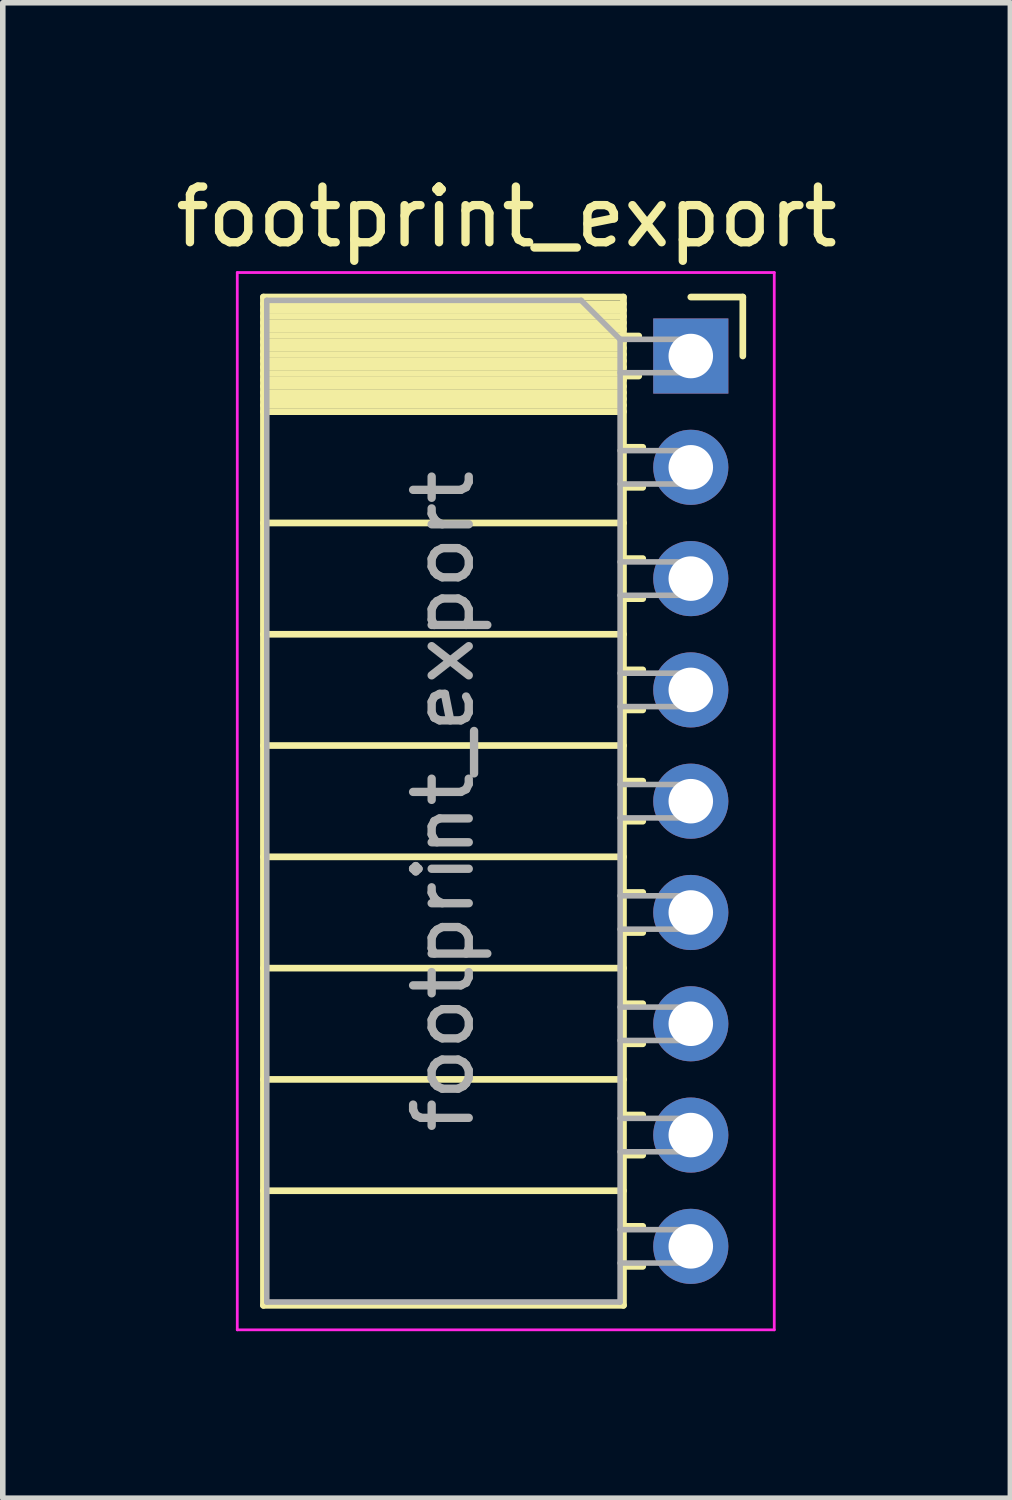
<source format=kicad_pcb>
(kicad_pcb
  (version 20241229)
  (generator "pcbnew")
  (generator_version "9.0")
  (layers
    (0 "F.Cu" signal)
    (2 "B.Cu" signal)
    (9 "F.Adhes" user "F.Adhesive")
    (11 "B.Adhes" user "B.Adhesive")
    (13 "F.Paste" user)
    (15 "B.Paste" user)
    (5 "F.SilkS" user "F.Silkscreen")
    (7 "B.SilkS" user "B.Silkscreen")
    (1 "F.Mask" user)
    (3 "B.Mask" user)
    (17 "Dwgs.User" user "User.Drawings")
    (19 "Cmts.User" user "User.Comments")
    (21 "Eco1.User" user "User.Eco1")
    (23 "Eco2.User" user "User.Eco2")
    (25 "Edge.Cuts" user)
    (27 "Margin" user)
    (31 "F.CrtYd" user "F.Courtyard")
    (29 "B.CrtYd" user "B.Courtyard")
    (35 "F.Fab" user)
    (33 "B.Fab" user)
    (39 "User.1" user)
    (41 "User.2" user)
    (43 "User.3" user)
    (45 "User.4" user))
  (footprint "footprint_export"
    (layer "F.Cu")
    (at 9.364 3.348)
    (property "Reference" "footprint_export" (at -3.31 -2.5 0) (layer "F.SilkS") (effects (font (size 1 1) (thickness 0.15))))
    (attr through_hole)
    (fp_line (start -7.68 -1.06) (end -7.68 17.06) (stroke (width 0.12) (type solid)) (layer "F.SilkS"))
    (fp_line (start -7.68 -1.06) (end -1.21 -1.06) (stroke (width 0.12) (type solid)) (layer "F.SilkS"))
    (fp_line (start -7.68 -0.94) (end -1.21 -0.94) (stroke (width 0.12) (type solid)) (layer "F.SilkS"))
    (fp_line (start -7.68 -0.826) (end -1.21 -0.826) (stroke (width 0.12) (type solid)) (layer "F.SilkS"))
    (fp_line (start -7.68 -0.712) (end -1.21 -0.712) (stroke (width 0.12) (type solid)) (layer "F.SilkS"))
    (fp_line (start -7.68 -0.598) (end -1.21 -0.598) (stroke (width 0.12) (type solid)) (layer "F.SilkS"))
    (fp_line (start -7.68 -0.484) (end -1.21 -0.484) (stroke (width 0.12) (type solid)) (layer "F.SilkS"))
    (fp_line (start -7.68 -0.369) (end -1.21 -0.369) (stroke (width 0.12) (type solid)) (layer "F.SilkS"))
    (fp_line (start -7.68 -0.255) (end -1.21 -0.255) (stroke (width 0.12) (type solid)) (layer "F.SilkS"))
    (fp_line (start -7.68 -0.141) (end -1.21 -0.141) (stroke (width 0.12) (type solid)) (layer "F.SilkS"))
    (fp_line (start -7.68 -0.027) (end -1.21 -0.027) (stroke (width 0.12) (type solid)) (layer "F.SilkS"))
    (fp_line (start -7.68 0.087) (end -1.21 0.087) (stroke (width 0.12) (type solid)) (layer "F.SilkS"))
    (fp_line (start -7.68 0.201) (end -1.21 0.201) (stroke (width 0.12) (type solid)) (layer "F.SilkS"))
    (fp_line (start -7.68 0.315) (end -1.21 0.315) (stroke (width 0.12) (type solid)) (layer "F.SilkS"))
    (fp_line (start -7.68 0.429) (end -1.21 0.429) (stroke (width 0.12) (type solid)) (layer "F.SilkS"))
    (fp_line (start -7.68 0.544) (end -1.21 0.544) (stroke (width 0.12) (type solid)) (layer "F.SilkS"))
    (fp_line (start -7.68 0.658) (end -1.21 0.658) (stroke (width 0.12) (type solid)) (layer "F.SilkS"))
    (fp_line (start -7.68 0.772) (end -1.21 0.772) (stroke (width 0.12) (type solid)) (layer "F.SilkS"))
    (fp_line (start -7.68 0.886) (end -1.21 0.886) (stroke (width 0.12) (type solid)) (layer "F.SilkS"))
    (fp_line (start -7.68 1) (end -1.21 1) (stroke (width 0.12) (type solid)) (layer "F.SilkS"))
    (fp_line (start -7.68 3) (end -1.21 3) (stroke (width 0.12) (type solid)) (layer "F.SilkS"))
    (fp_line (start -7.68 5) (end -1.21 5) (stroke (width 0.12) (type solid)) (layer "F.SilkS"))
    (fp_line (start -7.68 7) (end -1.21 7) (stroke (width 0.12) (type solid)) (layer "F.SilkS"))
    (fp_line (start -7.68 9) (end -1.21 9) (stroke (width 0.12) (type solid)) (layer "F.SilkS"))
    (fp_line (start -7.68 11) (end -1.21 11) (stroke (width 0.12) (type solid)) (layer "F.SilkS"))
    (fp_line (start -7.68 13) (end -1.21 13) (stroke (width 0.12) (type solid)) (layer "F.SilkS"))
    (fp_line (start -7.68 15) (end -1.21 15) (stroke (width 0.12) (type solid)) (layer "F.SilkS"))
    (fp_line (start -7.68 17.06) (end -1.21 17.06) (stroke (width 0.12) (type solid)) (layer "F.SilkS"))
    (fp_line (start -1.21 -1.06) (end -1.21 17.06) (stroke (width 0.12) (type solid)) (layer "F.SilkS"))
    (fp_line (start -1.21 -0.36) (end -0.935 -0.36) (stroke (width 0.12) (type solid)) (layer "F.SilkS"))
    (fp_line (start -1.21 0.36) (end -0.935 0.36) (stroke (width 0.12) (type solid)) (layer "F.SilkS"))
    (fp_line (start -1.21 1.64) (end -0.863 1.64) (stroke (width 0.12) (type solid)) (layer "F.SilkS"))
    (fp_line (start -1.21 2.36) (end -0.863 2.36) (stroke (width 0.12) (type solid)) (layer "F.SilkS"))
    (fp_line (start -1.21 3.64) (end -0.863 3.64) (stroke (width 0.12) (type solid)) (layer "F.SilkS"))
    (fp_line (start -1.21 4.36) (end -0.863 4.36) (stroke (width 0.12) (type solid)) (layer "F.SilkS"))
    (fp_line (start -1.21 5.64) (end -0.863 5.64) (stroke (width 0.12) (type solid)) (layer "F.SilkS"))
    (fp_line (start -1.21 6.36) (end -0.863 6.36) (stroke (width 0.12) (type solid)) (layer "F.SilkS"))
    (fp_line (start -1.21 7.64) (end -0.863 7.64) (stroke (width 0.12) (type solid)) (layer "F.SilkS"))
    (fp_line (start -1.21 8.36) (end -0.863 8.36) (stroke (width 0.12) (type solid)) (layer "F.SilkS"))
    (fp_line (start -1.21 9.64) (end -0.863 9.64) (stroke (width 0.12) (type solid)) (layer "F.SilkS"))
    (fp_line (start -1.21 10.36) (end -0.863 10.36) (stroke (width 0.12) (type solid)) (layer "F.SilkS"))
    (fp_line (start -1.21 11.64) (end -0.863 11.64) (stroke (width 0.12) (type solid)) (layer "F.SilkS"))
    (fp_line (start -1.21 12.36) (end -0.863 12.36) (stroke (width 0.12) (type solid)) (layer "F.SilkS"))
    (fp_line (start -1.21 13.64) (end -0.863 13.64) (stroke (width 0.12) (type solid)) (layer "F.SilkS"))
    (fp_line (start -1.21 14.36) (end -0.863 14.36) (stroke (width 0.12) (type solid)) (layer "F.SilkS"))
    (fp_line (start -1.21 15.64) (end -0.863 15.64) (stroke (width 0.12) (type solid)) (layer "F.SilkS"))
    (fp_line (start -1.21 16.36) (end -0.863 16.36) (stroke (width 0.12) (type solid)) (layer "F.SilkS"))
    (fp_line (start 0 -1.06) (end 0.935 -1.06) (stroke (width 0.12) (type solid)) (layer "F.SilkS"))
    (fp_line (start 0.935 -1.06) (end 0.935 0) (stroke (width 0.12) (type solid)) (layer "F.SilkS"))
    (fp_line (start -8.15 -1.5) (end -8.15 17.5) (stroke (width 0.05) (type solid)) (layer "F.CrtYd"))
    (fp_line (start -8.15 17.5) (end 1.5 17.5) (stroke (width 0.05) (type solid)) (layer "F.CrtYd"))
    (fp_line (start 1.5 -1.5) (end -8.15 -1.5) (stroke (width 0.05) (type solid)) (layer "F.CrtYd"))
    (fp_line (start 1.5 17.5) (end 1.5 -1.5) (stroke (width 0.05) (type solid)) (layer "F.CrtYd"))
    (fp_line (start -7.62 -1) (end -1.97 -1) (stroke (width 0.1) (type solid)) (layer "F.Fab"))
    (fp_line (start -7.62 17) (end -7.62 -1) (stroke (width 0.1) (type solid)) (layer "F.Fab"))
    (fp_line (start -1.97 -1) (end -1.27 -0.3) (stroke (width 0.1) (type solid)) (layer "F.Fab"))
    (fp_line (start -1.27 -0.3) (end -1.27 17) (stroke (width 0.1) (type solid)) (layer "F.Fab"))
    (fp_line (start -1.27 0.3) (end 0 0.3) (stroke (width 0.1) (type solid)) (layer "F.Fab"))
    (fp_line (start -1.27 2.3) (end 0 2.3) (stroke (width 0.1) (type solid)) (layer "F.Fab"))
    (fp_line (start -1.27 4.3) (end 0 4.3) (stroke (width 0.1) (type solid)) (layer "F.Fab"))
    (fp_line (start -1.27 6.3) (end 0 6.3) (stroke (width 0.1) (type solid)) (layer "F.Fab"))
    (fp_line (start -1.27 8.3) (end 0 8.3) (stroke (width 0.1) (type solid)) (layer "F.Fab"))
    (fp_line (start -1.27 10.3) (end 0 10.3) (stroke (width 0.1) (type solid)) (layer "F.Fab"))
    (fp_line (start -1.27 12.3) (end 0 12.3) (stroke (width 0.1) (type solid)) (layer "F.Fab"))
    (fp_line (start -1.27 14.3) (end 0 14.3) (stroke (width 0.1) (type solid)) (layer "F.Fab"))
    (fp_line (start -1.27 16.3) (end 0 16.3) (stroke (width 0.1) (type solid)) (layer "F.Fab"))
    (fp_line (start -1.27 17) (end -7.62 17) (stroke (width 0.1) (type solid)) (layer "F.Fab"))
    (fp_line (start 0 -0.3) (end -1.27 -0.3) (stroke (width 0.1) (type solid)) (layer "F.Fab"))
    (fp_line (start 0 0.3) (end 0 -0.3) (stroke (width 0.1) (type solid)) (layer "F.Fab"))
    (fp_line (start 0 1.7) (end -1.27 1.7) (stroke (width 0.1) (type solid)) (layer "F.Fab"))
    (fp_line (start 0 2.3) (end 0 1.7) (stroke (width 0.1) (type solid)) (layer "F.Fab"))
    (fp_line (start 0 3.7) (end -1.27 3.7) (stroke (width 0.1) (type solid)) (layer "F.Fab"))
    (fp_line (start 0 4.3) (end 0 3.7) (stroke (width 0.1) (type solid)) (layer "F.Fab"))
    (fp_line (start 0 5.7) (end -1.27 5.7) (stroke (width 0.1) (type solid)) (layer "F.Fab"))
    (fp_line (start 0 6.3) (end 0 5.7) (stroke (width 0.1) (type solid)) (layer "F.Fab"))
    (fp_line (start 0 7.7) (end -1.27 7.7) (stroke (width 0.1) (type solid)) (layer "F.Fab"))
    (fp_line (start 0 8.3) (end 0 7.7) (stroke (width 0.1) (type solid)) (layer "F.Fab"))
    (fp_line (start 0 9.7) (end -1.27 9.7) (stroke (width 0.1) (type solid)) (layer "F.Fab"))
    (fp_line (start 0 10.3) (end 0 9.7) (stroke (width 0.1) (type solid)) (layer "F.Fab"))
    (fp_line (start 0 11.7) (end -1.27 11.7) (stroke (width 0.1) (type solid)) (layer "F.Fab"))
    (fp_line (start 0 12.3) (end 0 11.7) (stroke (width 0.1) (type solid)) (layer "F.Fab"))
    (fp_line (start 0 13.7) (end -1.27 13.7) (stroke (width 0.1) (type solid)) (layer "F.Fab"))
    (fp_line (start 0 14.3) (end 0 13.7) (stroke (width 0.1) (type solid)) (layer "F.Fab"))
    (fp_line (start 0 15.7) (end -1.27 15.7) (stroke (width 0.1) (type solid)) (layer "F.Fab"))
    (fp_line (start 0 16.3) (end 0 15.7) (stroke (width 0.1) (type solid)) (layer "F.Fab"))
    (fp_text user "${REFERENCE}" (at -4.445 8 90) (layer "F.Fab") (effects (font (size 1 1) (thickness 0.15))))
    (pad "1" thru_hole rect (at 0 0) (size 1.35 1.35) (drill 0.8) (layers "*.Cu" "*.Mask"))
    (pad "2" thru_hole oval (at 0 2) (size 1.35 1.35) (drill 0.8) (layers "*.Cu" "*.Mask"))
    (pad "3" thru_hole oval (at 0 4) (size 1.35 1.35) (drill 0.8) (layers "*.Cu" "*.Mask"))
    (pad "4" thru_hole oval (at 0 6) (size 1.35 1.35) (drill 0.8) (layers "*.Cu" "*.Mask"))
    (pad "5" thru_hole oval (at 0 8) (size 1.35 1.35) (drill 0.8) (layers "*.Cu" "*.Mask"))
    (pad "6" thru_hole oval (at 0 10) (size 1.35 1.35) (drill 0.8) (layers "*.Cu" "*.Mask"))
    (pad "7" thru_hole oval (at 0 12) (size 1.35 1.35) (drill 0.8) (layers "*.Cu" "*.Mask"))
    (pad "8" thru_hole oval (at 0 14) (size 1.35 1.35) (drill 0.8) (layers "*.Cu" "*.Mask"))
    (pad "9" thru_hole oval (at 0 16) (size 1.35 1.35) (drill 0.8) (layers "*.Cu" "*.Mask")))
  (gr_rect
    (start -3 -3)
    (end 15.107 23.873)
    (stroke (width 0.1) (type default))
    (fill no)
    (layer "Edge.Cuts")))
</source>
